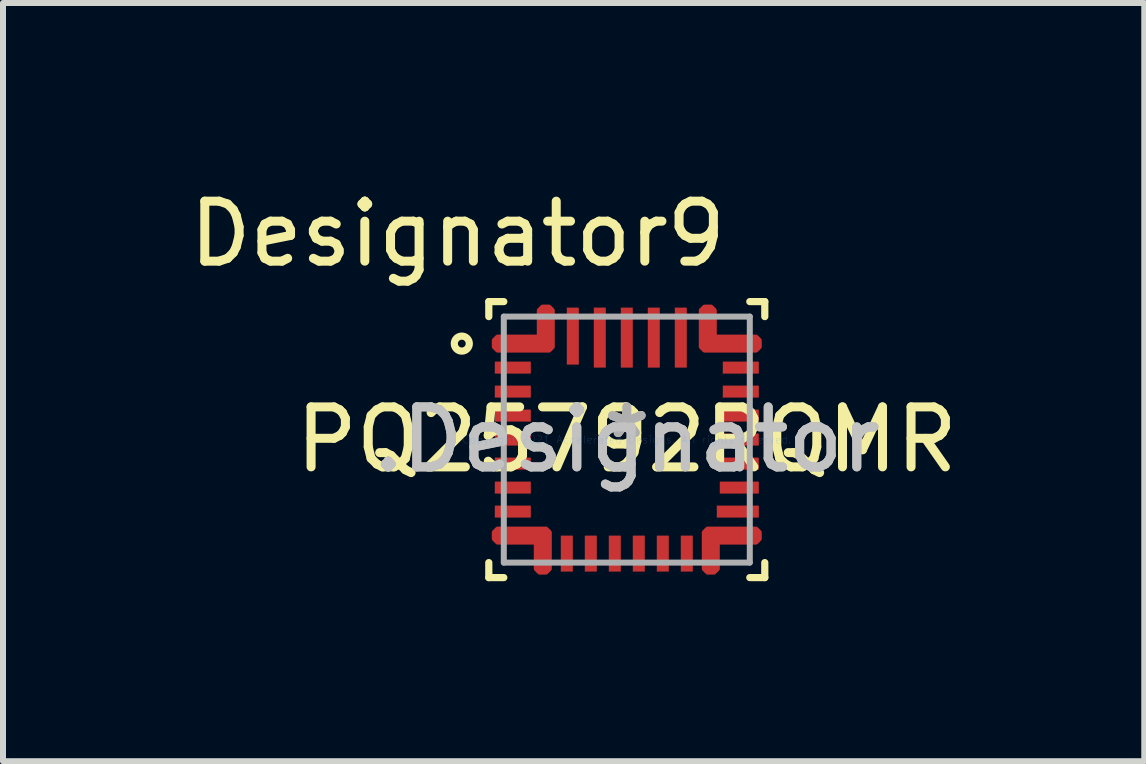
<source format=kicad_pcb>
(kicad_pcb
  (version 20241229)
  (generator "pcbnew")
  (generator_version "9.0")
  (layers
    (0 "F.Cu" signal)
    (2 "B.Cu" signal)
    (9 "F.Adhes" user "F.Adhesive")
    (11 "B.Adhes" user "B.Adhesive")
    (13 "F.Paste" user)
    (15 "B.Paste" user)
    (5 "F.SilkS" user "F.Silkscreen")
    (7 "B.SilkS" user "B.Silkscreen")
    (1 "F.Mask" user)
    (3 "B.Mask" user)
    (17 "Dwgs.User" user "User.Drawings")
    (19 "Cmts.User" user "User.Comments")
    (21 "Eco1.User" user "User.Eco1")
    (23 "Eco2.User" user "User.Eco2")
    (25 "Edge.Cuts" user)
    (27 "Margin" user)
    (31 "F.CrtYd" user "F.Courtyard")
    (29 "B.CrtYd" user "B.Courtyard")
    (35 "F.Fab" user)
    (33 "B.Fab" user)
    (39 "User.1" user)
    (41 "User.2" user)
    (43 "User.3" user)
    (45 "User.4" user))
  (footprint "PQ25792RQMR"
    (layer "F.Cu")
    (at 7.397 4.277)
    (property "Reference" "PQ25792RQMR" (at 0 0 0) (layer "F.SilkS") (effects (font (size 1 1) (thickness 0.15))))
    (attr through_hole)
    (fp_poly (pts (xy -2.2 -1.65) (xy -2.15 -1.7) (xy -1.45 -1.7) (xy -1.45 -2.15) (xy -1.4 -2.2) (xy -1.3 -2.2) (xy -1.25 -2.15) (xy -1.25 -1.55) (xy -1.3 -1.5) (xy -2.15 -1.5) (xy -2.2 -1.55)) (stroke (width 0.1) (type solid)) (fill yes) (layer "F.Cu"))
    (fp_poly (pts (xy -2.2 1.65) (xy -2.15 1.7) (xy -1.5 1.7) (xy -1.5 2.15) (xy -1.45 2.2) (xy -1.35 2.2) (xy -1.3 2.15) (xy -1.3 1.55) (xy -1.35 1.5) (xy -2.15 1.5) (xy -2.2 1.55)) (stroke (width 0.1) (type solid)) (fill yes) (layer "F.Cu"))
    (fp_poly (pts (xy 2.2 -1.65) (xy 2.15 -1.7) (xy 1.45 -1.7) (xy 1.45 -2.15) (xy 1.4 -2.2) (xy 1.3 -2.2) (xy 1.25 -2.15) (xy 1.25 -1.55) (xy 1.3 -1.5) (xy 2.15 -1.5) (xy 2.2 -1.55)) (stroke (width 0.1) (type solid)) (fill yes) (layer "F.Cu"))
    (fp_poly (pts (xy 2.2 1.65) (xy 2.15 1.7) (xy 1.5 1.7) (xy 1.5 2.15) (xy 1.45 2.2) (xy 1.35 2.2) (xy 1.3 2.15) (xy 1.3 1.55) (xy 1.35 1.5) (xy 2.15 1.5) (xy 2.2 1.55)) (stroke (width 0.1) (type solid)) (fill yes) (layer "F.Cu"))
    (fp_poly (pts (xy -2.2 -1.65) (xy -2.15 -1.7) (xy -1.45 -1.7) (xy -1.45 -2.15) (xy -1.4 -2.2) (xy -1.3 -2.2) (xy -1.25 -2.15) (xy -1.25 -1.55) (xy -1.3 -1.5) (xy -2.15 -1.5) (xy -2.2 -1.55)) (stroke (width 0.1) (type solid)) (fill yes) (layer "F.Mask"))
    (fp_poly (pts (xy -2.2 1.65) (xy -2.2 1.55) (xy -2.15 1.5) (xy -1.35 1.5) (xy -1.3 1.55) (xy -1.3 2.15) (xy -1.35 2.2) (xy -1.45 2.2) (xy -1.5 2.15) (xy -1.5 1.7) (xy -2.15 1.7)) (stroke (width 0.1) (type solid)) (fill yes) (layer "F.Mask"))
    (fp_poly (pts (xy 2.2 -1.65) (xy 2.2 -1.55) (xy 2.15 -1.5) (xy 1.3 -1.5) (xy 1.25 -1.55) (xy 1.25 -2.15) (xy 1.3 -2.2) (xy 1.4 -2.2) (xy 1.45 -2.15) (xy 1.45 -1.7) (xy 2.15 -1.7)) (stroke (width 0.1) (type solid)) (fill yes) (layer "F.Mask"))
    (fp_poly (pts (xy 2.2 1.65) (xy 2.15 1.7) (xy 1.5 1.7) (xy 1.5 2.15) (xy 1.45 2.2) (xy 1.35 2.2) (xy 1.3 2.15) (xy 1.3 1.55) (xy 1.35 1.5) (xy 2.15 1.5) (xy 2.2 1.55)) (stroke (width 0.1) (type solid)) (fill yes) (layer "F.Mask"))
    (fp_line (start -2.3 -2.3) (end -2.05 -2.3) (stroke (width 0.12) (type solid)) (layer "F.SilkS"))
    (fp_line (start -2.3 -2.05) (end -2.3 -2.3) (stroke (width 0.12) (type solid)) (layer "F.SilkS"))
    (fp_line (start -2.3 2.3) (end -2.3 2.05) (stroke (width 0.12) (type solid)) (layer "F.SilkS"))
    (fp_line (start -2.3 2.3) (end -2.05 2.3) (stroke (width 0.12) (type solid)) (layer "F.SilkS"))
    (fp_line (start 2.05 -2.3) (end 2.3 -2.3) (stroke (width 0.12) (type solid)) (layer "F.SilkS"))
    (fp_line (start 2.05 2.3) (end 2.3 2.3) (stroke (width 0.12) (type solid)) (layer "F.SilkS"))
    (fp_line (start 2.3 -2.05) (end 2.3 -2.3) (stroke (width 0.12) (type solid)) (layer "F.SilkS"))
    (fp_line (start 2.3 2.3) (end 2.3 2.05) (stroke (width 0.12) (type solid)) (layer "F.SilkS"))
    (fp_circle (center -2.75 -1.6) (end -2.625 -1.6) (stroke (width 0.12) (type solid)) (fill no) (layer "F.SilkS"))
    (fp_poly (pts (xy -2.2 -1.65) (xy -2.15 -1.7) (xy -1.45 -1.7) (xy -1.45 -2.15) (xy -1.4 -2.2) (xy -1.3 -2.2) (xy -1.25 -2.15) (xy -1.25 -1.55) (xy -1.3 -1.5) (xy -2.15 -1.5) (xy -2.2 -1.55)) (stroke (width 0.1) (type solid)) (fill yes) (layer "F.Paste"))
    (fp_poly (pts (xy -2.2 1.65) (xy -2.2 1.55) (xy -2.15 1.5) (xy -1.35 1.5) (xy -1.3 1.55) (xy -1.3 2.15) (xy -1.35 2.2) (xy -1.45 2.2) (xy -1.5 2.15) (xy -1.5 1.7) (xy -2.15 1.7)) (stroke (width 0.1) (type solid)) (fill yes) (layer "F.Paste"))
    (fp_poly (pts (xy 2.2 -1.65) (xy 2.2 -1.55) (xy 2.15 -1.5) (xy 1.3 -1.5) (xy 1.25 -1.55) (xy 1.25 -2.15) (xy 1.3 -2.2) (xy 1.4 -2.2) (xy 1.45 -2.15) (xy 1.45 -1.7) (xy 2.15 -1.7)) (stroke (width 0.1) (type solid)) (fill yes) (layer "F.Paste"))
    (fp_poly (pts (xy 2.2 1.65) (xy 2.15 1.7) (xy 1.5 1.7) (xy 1.5 2.15) (xy 1.45 2.2) (xy 1.35 2.2) (xy 1.3 2.15) (xy 1.3 1.55) (xy 1.35 1.5) (xy 2.15 1.5) (xy 2.2 1.55)) (stroke (width 0.1) (type solid)) (fill yes) (layer "F.Paste"))
    (fp_line (start -2.05 -2.05) (end 2.05 -2.05) (stroke (width 0.1) (type solid)) (layer "F.Fab"))
    (fp_line (start -2.05 2.05) (end -2.05 -2.05) (stroke (width 0.1) (type solid)) (layer "F.Fab"))
    (fp_line (start -2.05 2.05) (end 2.05 2.05) (stroke (width 0.1) (type solid)) (layer "F.Fab"))
    (fp_line (start 2.05 2.05) (end 2.05 -2.05) (stroke (width 0.1) (type solid)) (layer "F.Fab"))
    (fp_text user "*" (at 0 0 0) (layer "F.SilkS") (effects (font (size 1 1) (thickness 0.15))))
    (fp_text user "Designator9" (at -2.819 -3.429 0) (layer "F.SilkS") (effects (font (size 1 1) (thickness 0.15))))
    (fp_text user ".Designator" (at 0 0 0) (layer "Dwgs.User") (effects (font (size 1 1) (thickness 0.15))))
    (fp_text user "Copyright 2021 Accelerated Designs. All rights reserved." (at 0 0 0) (layer "Cmts.User") (effects (font (size 0.127 0.127) (thickness 0.002))))
    (fp_text user ".Designator" (at 0 0 0) (layer "F.Fab") (effects (font (size 1 1) (thickness 0.15))))
    (fp_text user "*" (at 0 0 0) (layer "F.Fab") (effects (font (size 1 1) (thickness 0.15))))
    (pad "1" smd circle (at -1.369 -1.631) (size 0.192 0.192) (layers "F.Cu" "F.Mask" "F.Paste"))
    (pad "2" smd rect (at -1.9 -1.2) (size 0.6 0.2) (layers "F.Cu" "F.Mask" "F.Paste"))
    (pad "3" smd rect (at -1.9 -0.8) (size 0.6 0.2) (layers "F.Cu" "F.Mask" "F.Paste"))
    (pad "4" smd rect (at -1.9 -0.4) (size 0.6 0.2) (layers "F.Cu" "F.Mask" "F.Paste"))
    (pad "5" smd rect (at -1.9 0) (size 0.6 0.2) (layers "F.Cu" "F.Mask" "F.Paste"))
    (pad "6" smd rect (at -1.9 0.4) (size 0.6 0.2) (layers "F.Cu" "F.Mask" "F.Paste"))
    (pad "7" smd rect (at -1.9 0.8) (size 0.6 0.2) (layers "F.Cu" "F.Mask" "F.Paste"))
    (pad "8" smd rect (at -1.9 1.2) (size 0.6 0.2) (layers "F.Cu" "F.Mask" "F.Paste"))
    (pad "9" smd circle (at -1.412 1.937) (size 0.158 0.158) (layers "F.Cu" "F.Mask" "F.Paste"))
    (pad "10" smd rect (at -1 1.9 90) (size 0.6 0.2) (layers "F.Cu" "F.Mask" "F.Paste"))
    (pad "11" smd rect (at -0.6 1.9 90) (size 0.6 0.2) (layers "F.Cu" "F.Mask" "F.Paste"))
    (pad "12" smd rect (at -0.2 1.9 90) (size 0.6 0.2) (layers "F.Cu" "F.Mask" "F.Paste"))
    (pad "13" smd rect (at 0.2 1.9 90) (size 0.6 0.2) (layers "F.Cu" "F.Mask" "F.Paste"))
    (pad "14" smd rect (at 0.6 1.9 90) (size 0.6 0.2) (layers "F.Cu" "F.Mask" "F.Paste"))
    (pad "15" smd rect (at 1 1.9 90) (size 0.6 0.2) (layers "F.Cu" "F.Mask" "F.Paste"))
    (pad "16" smd circle (at 1.431 1.631) (size 0.175 0.175) (layers "F.Cu" "F.Mask" "F.Paste"))
    (pad "17" smd rect (at 1.85 1.2) (size 0.7 0.2) (layers "F.Cu" "F.Mask" "F.Paste"))
    (pad "18" smd rect (at 1.875 0.8) (size 0.65 0.2) (layers "F.Cu" "F.Mask" "F.Paste"))
    (pad "19" smd rect (at 1.86 0.4) (size 0.68 0.2) (layers "F.Cu" "F.Mask" "F.Paste"))
    (pad "20" smd rect (at 1.9 0) (size 0.6 0.2) (layers "F.Cu" "F.Mask" "F.Paste"))
    (pad "21" smd rect (at 1.9 -0.4) (size 0.6 0.2) (layers "F.Cu" "F.Mask" "F.Paste"))
    (pad "22" smd rect (at 1.9 -0.8) (size 0.6 0.2) (layers "F.Cu" "F.Mask" "F.Paste"))
    (pad "23" smd rect (at 1.9 -1.2) (size 0.6 0.2) (layers "F.Cu" "F.Mask" "F.Paste"))
    (pad "24" smd circle (at 1.381 -1.631) (size 0.175 0.175) (layers "F.Cu" "F.Mask" "F.Paste"))
    (pad "25" smd rect (at 0.9 -1.7) (size 0.2 1) (layers "F.Cu" "F.Mask" "F.Paste"))
    (pad "26" smd rect (at 0.45 -1.7) (size 0.2 1) (layers "F.Cu" "F.Mask" "F.Paste"))
    (pad "27" smd rect (at 0 -1.7) (size 0.2 1) (layers "F.Cu" "F.Mask" "F.Paste"))
    (pad "28" smd rect (at -0.45 -1.7) (size 0.2 1) (layers "F.Cu" "F.Mask" "F.Paste"))
    (pad "29" smd rect (at -0.9 -1.725) (size 0.2 0.95) (layers "F.Cu" "F.Mask" "F.Paste")))
  (gr_rect
    (start -3 -3)
    (end 16.022 9.637)
    (stroke (width 0.1) (type default))
    (fill no)
    (layer "Edge.Cuts")))
</source>
